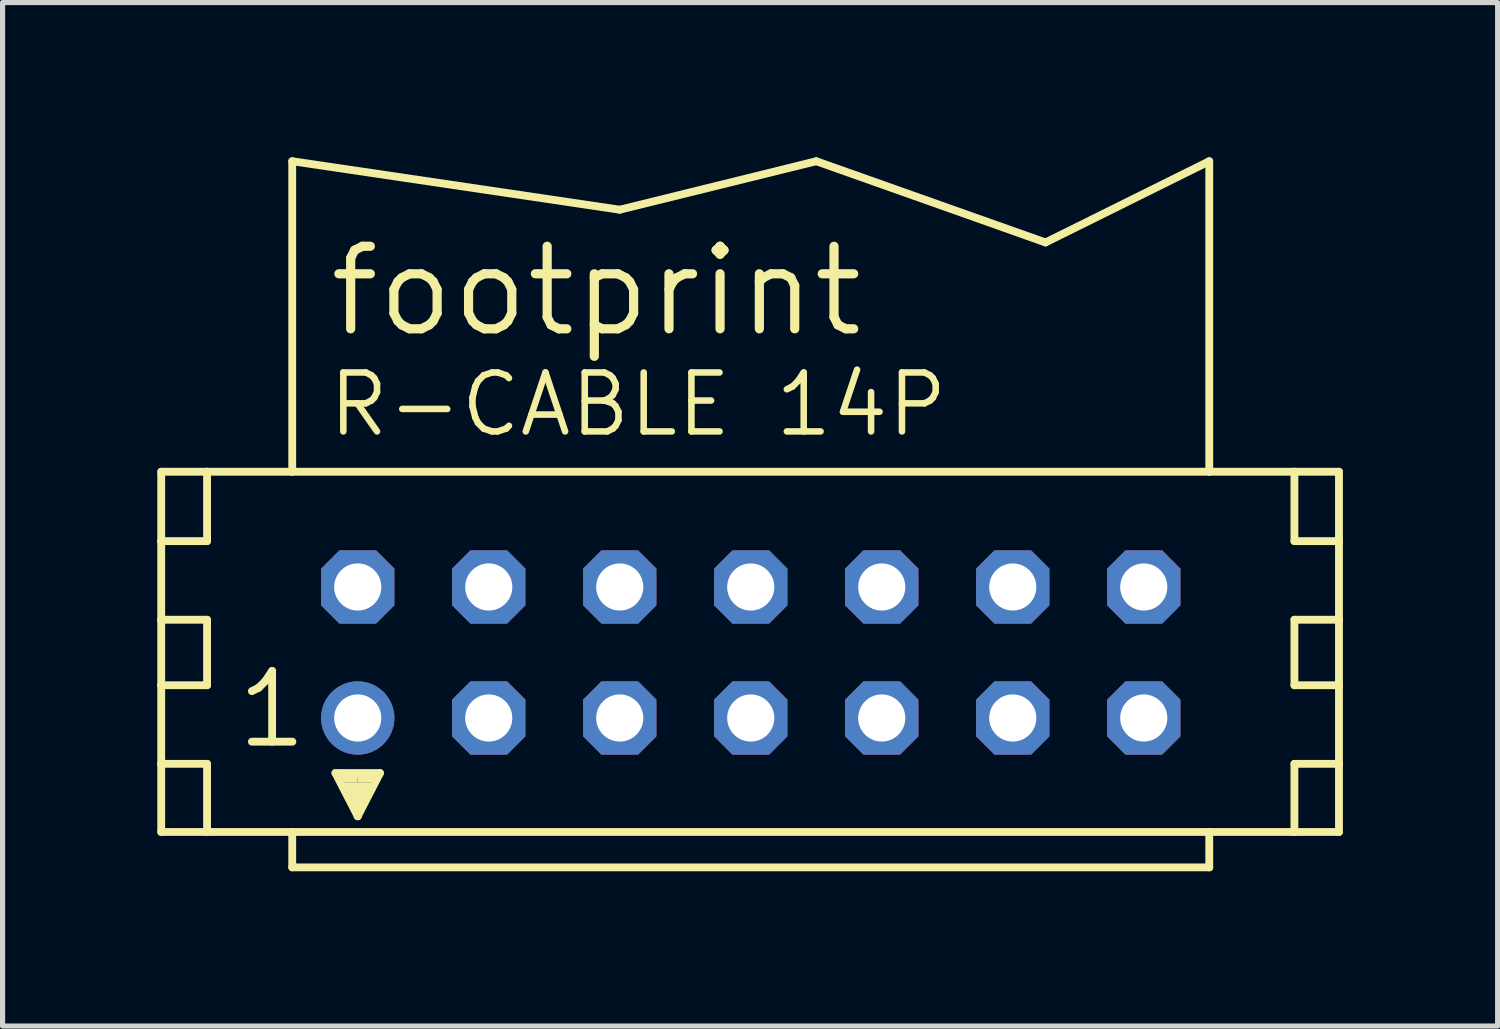
<source format=kicad_pcb>
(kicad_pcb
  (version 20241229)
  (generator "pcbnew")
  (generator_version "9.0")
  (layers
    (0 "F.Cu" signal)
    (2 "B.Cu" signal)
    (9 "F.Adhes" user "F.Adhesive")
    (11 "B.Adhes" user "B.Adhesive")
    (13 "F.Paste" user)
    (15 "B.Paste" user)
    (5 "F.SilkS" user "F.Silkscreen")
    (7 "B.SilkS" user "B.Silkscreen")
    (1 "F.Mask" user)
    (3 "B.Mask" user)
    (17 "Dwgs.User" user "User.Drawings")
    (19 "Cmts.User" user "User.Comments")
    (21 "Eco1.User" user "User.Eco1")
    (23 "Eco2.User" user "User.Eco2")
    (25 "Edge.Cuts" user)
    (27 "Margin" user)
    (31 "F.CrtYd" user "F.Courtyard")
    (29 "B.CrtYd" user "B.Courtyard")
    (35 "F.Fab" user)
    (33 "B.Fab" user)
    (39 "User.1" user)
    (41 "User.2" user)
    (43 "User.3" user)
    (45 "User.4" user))
  (footprint "footprint"
    (layer "F.Cu")
    (at 11.506 9.601)
    (property "Reference" "footprint" (at -8.255 -6.071 0) (layer "F.SilkS") (effects (font (size 1.6 1.6) (thickness 0.178)) (justify left bottom)))
    (fp_line (start -11.43 -3.505) (end -11.43 -2.159) (stroke (width 0.152) (type solid)) (layer "F.SilkS"))
    (fp_line (start -11.43 -2.159) (end -11.43 -0.635) (stroke (width 0.152) (type solid)) (layer "F.SilkS"))
    (fp_line (start -11.43 -2.159) (end -10.541 -2.159) (stroke (width 0.152) (type solid)) (layer "F.SilkS"))
    (fp_line (start -11.43 -0.635) (end -11.43 0.635) (stroke (width 0.152) (type solid)) (layer "F.SilkS"))
    (fp_line (start -11.43 -0.635) (end -10.541 -0.635) (stroke (width 0.152) (type solid)) (layer "F.SilkS"))
    (fp_line (start -11.43 0.635) (end -11.43 2.159) (stroke (width 0.152) (type solid)) (layer "F.SilkS"))
    (fp_line (start -11.43 0.635) (end -10.541 0.635) (stroke (width 0.152) (type solid)) (layer "F.SilkS"))
    (fp_line (start -11.43 2.159) (end -11.43 3.48) (stroke (width 0.152) (type solid)) (layer "F.SilkS"))
    (fp_line (start -11.43 2.159) (end -10.541 2.159) (stroke (width 0.152) (type solid)) (layer "F.SilkS"))
    (fp_line (start -11.43 3.48) (end -10.541 3.48) (stroke (width 0.152) (type solid)) (layer "F.SilkS"))
    (fp_line (start -10.541 -3.505) (end -11.43 -3.505) (stroke (width 0.152) (type solid)) (layer "F.SilkS"))
    (fp_line (start -10.541 -3.505) (end -10.541 -2.159) (stroke (width 0.152) (type solid)) (layer "F.SilkS"))
    (fp_line (start -10.541 -0.635) (end -10.541 0.635) (stroke (width 0.152) (type solid)) (layer "F.SilkS"))
    (fp_line (start -10.541 2.159) (end -10.541 3.48) (stroke (width 0.152) (type solid)) (layer "F.SilkS"))
    (fp_line (start -10.541 3.48) (end -8.89 3.48) (stroke (width 0.152) (type solid)) (layer "F.SilkS"))
    (fp_line (start -8.89 -9.525) (end -2.54 -8.585) (stroke (width 0.152) (type solid)) (layer "F.SilkS"))
    (fp_line (start -8.89 -3.505) (end -10.541 -3.505) (stroke (width 0.152) (type solid)) (layer "F.SilkS"))
    (fp_line (start -8.89 -3.505) (end -8.89 -9.525) (stroke (width 0.152) (type solid)) (layer "F.SilkS"))
    (fp_line (start -8.89 3.48) (end -8.89 4.166) (stroke (width 0.152) (type solid)) (layer "F.SilkS"))
    (fp_line (start -8.89 3.48) (end 8.89 3.48) (stroke (width 0.152) (type solid)) (layer "F.SilkS"))
    (fp_line (start -8.052 2.337) (end -7.188 2.337) (stroke (width 0.152) (type solid)) (layer "F.SilkS"))
    (fp_line (start -7.62 3.175) (end -8.052 2.337) (stroke (width 0.152) (type solid)) (layer "F.SilkS"))
    (fp_line (start -7.62 3.175) (end -7.62 2.921) (stroke (width 0.152) (type solid)) (layer "F.SilkS"))
    (fp_line (start -7.188 2.337) (end -7.62 3.175) (stroke (width 0.152) (type solid)) (layer "F.SilkS"))
    (fp_line (start -2.54 -8.585) (end 1.27 -9.525) (stroke (width 0.152) (type solid)) (layer "F.SilkS"))
    (fp_line (start 1.27 -9.525) (end 5.715 -7.95) (stroke (width 0.152) (type solid)) (layer "F.SilkS"))
    (fp_line (start 5.715 -7.95) (end 8.89 -9.525) (stroke (width 0.152) (type solid)) (layer "F.SilkS"))
    (fp_line (start 8.89 -3.505) (end -8.89 -3.505) (stroke (width 0.152) (type solid)) (layer "F.SilkS"))
    (fp_line (start 8.89 -3.505) (end 8.89 -9.525) (stroke (width 0.152) (type solid)) (layer "F.SilkS"))
    (fp_line (start 8.89 3.48) (end 8.89 4.166) (stroke (width 0.152) (type solid)) (layer "F.SilkS"))
    (fp_line (start 8.89 3.48) (end 10.541 3.48) (stroke (width 0.152) (type solid)) (layer "F.SilkS"))
    (fp_line (start 8.89 4.166) (end -8.89 4.166) (stroke (width 0.152) (type solid)) (layer "F.SilkS"))
    (fp_line (start 10.541 -3.505) (end 8.89 -3.505) (stroke (width 0.152) (type solid)) (layer "F.SilkS"))
    (fp_line (start 10.541 -3.505) (end 10.541 -2.159) (stroke (width 0.152) (type solid)) (layer "F.SilkS"))
    (fp_line (start 10.541 -2.159) (end 11.405 -2.159) (stroke (width 0.152) (type solid)) (layer "F.SilkS"))
    (fp_line (start 10.541 -0.635) (end 10.541 0.635) (stroke (width 0.152) (type solid)) (layer "F.SilkS"))
    (fp_line (start 10.541 -0.635) (end 11.405 -0.635) (stroke (width 0.152) (type solid)) (layer "F.SilkS"))
    (fp_line (start 10.541 0.635) (end 11.405 0.635) (stroke (width 0.152) (type solid)) (layer "F.SilkS"))
    (fp_line (start 10.541 2.159) (end 10.541 3.48) (stroke (width 0.152) (type solid)) (layer "F.SilkS"))
    (fp_line (start 10.541 2.159) (end 11.405 2.159) (stroke (width 0.152) (type solid)) (layer "F.SilkS"))
    (fp_line (start 10.541 3.48) (end 11.405 3.48) (stroke (width 0.152) (type solid)) (layer "F.SilkS"))
    (fp_line (start 11.405 -3.505) (end 10.541 -3.505) (stroke (width 0.152) (type solid)) (layer "F.SilkS"))
    (fp_line (start 11.405 -2.159) (end 11.405 -3.505) (stroke (width 0.152) (type solid)) (layer "F.SilkS"))
    (fp_line (start 11.405 -0.635) (end 11.405 -2.159) (stroke (width 0.152) (type solid)) (layer "F.SilkS"))
    (fp_line (start 11.405 0.635) (end 11.405 -0.635) (stroke (width 0.152) (type solid)) (layer "F.SilkS"))
    (fp_line (start 11.405 2.159) (end 11.405 0.635) (stroke (width 0.152) (type solid)) (layer "F.SilkS"))
    (fp_line (start 11.405 3.48) (end 11.405 2.159) (stroke (width 0.152) (type solid)) (layer "F.SilkS"))
    (fp_poly (pts (xy -8.001 2.515) (xy -7.62 2.515) (xy -7.62 2.388) (xy -8.001 2.388)) (stroke (width 0) (type solid)) (fill yes) (layer "F.SilkS"))
    (fp_poly (pts (xy -7.874 2.769) (xy -7.366 2.769) (xy -7.366 2.515) (xy -7.874 2.515)) (stroke (width 0) (type solid)) (fill yes) (layer "F.SilkS"))
    (fp_poly (pts (xy -7.747 2.972) (xy -7.493 2.972) (xy -7.493 2.718) (xy -7.747 2.718)) (stroke (width 0) (type solid)) (fill yes) (layer "F.SilkS"))
    (fp_poly (pts (xy -7.62 2.515) (xy -7.239 2.515) (xy -7.239 2.388) (xy -7.62 2.388)) (stroke (width 0) (type solid)) (fill yes) (layer "F.SilkS"))
    (fp_text user "R-CABLE 14P" (at -8.255 -4.14 0) (layer "F.SilkS") (effects (font (size 1.143 1.143) (thickness 0.127)) (justify left bottom)))
    (fp_text user "1" (at -10.033 1.905 0) (layer "F.SilkS") (effects (font (size 1.372 1.372) (thickness 0.152)) (justify left bottom)))
    (pad "1" thru_hole circle (at -7.62 1.27) (size 1.422 1.422) (drill 0.914) (layers "*.Cu" "*.Mask"))
    (pad "2" thru_hole roundrect (at -7.62 -1.27) (size 1.422 1.422) (drill 0.914) (layers "*.Cu" "*.Mask") (roundrect_rratio 0.25) (chamfer_ratio 0.25) (chamfer top_left top_right bottom_left bottom_right))
    (pad "3" thru_hole roundrect (at -5.08 1.27) (size 1.422 1.422) (drill 0.914) (layers "*.Cu" "*.Mask") (roundrect_rratio 0.25) (chamfer_ratio 0.25) (chamfer top_left top_right bottom_left bottom_right))
    (pad "4" thru_hole roundrect (at -5.08 -1.27) (size 1.422 1.422) (drill 0.914) (layers "*.Cu" "*.Mask") (roundrect_rratio 0.25) (chamfer_ratio 0.25) (chamfer top_left top_right bottom_left bottom_right))
    (pad "5" thru_hole roundrect (at -2.54 1.27) (size 1.422 1.422) (drill 0.914) (layers "*.Cu" "*.Mask") (roundrect_rratio 0.25) (chamfer_ratio 0.25) (chamfer top_left top_right bottom_left bottom_right))
    (pad "6" thru_hole roundrect (at -2.54 -1.27) (size 1.422 1.422) (drill 0.914) (layers "*.Cu" "*.Mask") (roundrect_rratio 0.25) (chamfer_ratio 0.25) (chamfer top_left top_right bottom_left bottom_right))
    (pad "7" thru_hole roundrect (at 0 1.27) (size 1.422 1.422) (drill 0.914) (layers "*.Cu" "*.Mask") (roundrect_rratio 0.25) (chamfer_ratio 0.25) (chamfer top_left top_right bottom_left bottom_right))
    (pad "8" thru_hole roundrect (at 0 -1.27) (size 1.422 1.422) (drill 0.914) (layers "*.Cu" "*.Mask") (roundrect_rratio 0.25) (chamfer_ratio 0.25) (chamfer top_left top_right bottom_left bottom_right))
    (pad "9" thru_hole roundrect (at 2.54 1.27) (size 1.422 1.422) (drill 0.914) (layers "*.Cu" "*.Mask") (roundrect_rratio 0.25) (chamfer_ratio 0.25) (chamfer top_left top_right bottom_left bottom_right))
    (pad "10" thru_hole roundrect (at 2.54 -1.27) (size 1.422 1.422) (drill 0.914) (layers "*.Cu" "*.Mask") (roundrect_rratio 0.25) (chamfer_ratio 0.25) (chamfer top_left top_right bottom_left bottom_right))
    (pad "11" thru_hole roundrect (at 5.08 1.27) (size 1.422 1.422) (drill 0.914) (layers "*.Cu" "*.Mask") (roundrect_rratio 0.25) (chamfer_ratio 0.25) (chamfer top_left top_right bottom_left bottom_right))
    (pad "12" thru_hole roundrect (at 5.08 -1.27) (size 1.422 1.422) (drill 0.914) (layers "*.Cu" "*.Mask") (roundrect_rratio 0.25) (chamfer_ratio 0.25) (chamfer top_left top_right bottom_left bottom_right))
    (pad "13" thru_hole roundrect (at 7.62 1.27) (size 1.422 1.422) (drill 0.914) (layers "*.Cu" "*.Mask") (roundrect_rratio 0.25) (chamfer_ratio 0.25) (chamfer top_left top_right bottom_left bottom_right))
    (pad "14" thru_hole roundrect (at 7.62 -1.27) (size 1.422 1.422) (drill 0.914) (layers "*.Cu" "*.Mask") (roundrect_rratio 0.25) (chamfer_ratio 0.25) (chamfer top_left top_right bottom_left bottom_right)))
  (gr_rect
    (start -3 -3)
    (end 25.987 16.843)
    (stroke (width 0.1) (type default))
    (fill no)
    (layer "Edge.Cuts")))
</source>
